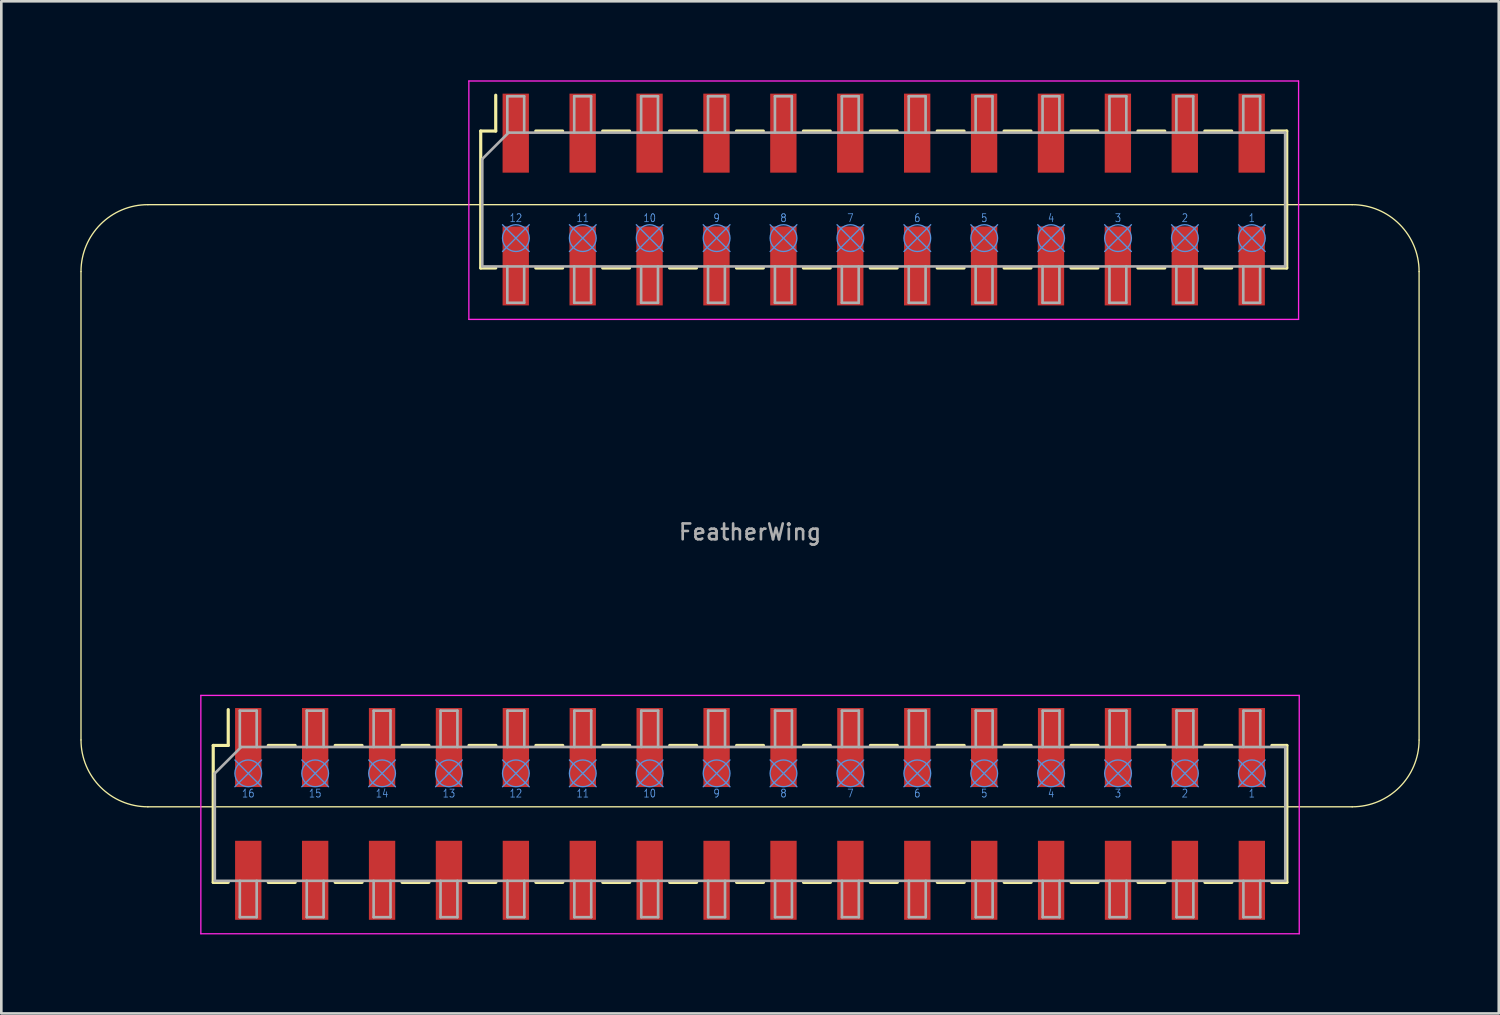
<source format=kicad_pcb>
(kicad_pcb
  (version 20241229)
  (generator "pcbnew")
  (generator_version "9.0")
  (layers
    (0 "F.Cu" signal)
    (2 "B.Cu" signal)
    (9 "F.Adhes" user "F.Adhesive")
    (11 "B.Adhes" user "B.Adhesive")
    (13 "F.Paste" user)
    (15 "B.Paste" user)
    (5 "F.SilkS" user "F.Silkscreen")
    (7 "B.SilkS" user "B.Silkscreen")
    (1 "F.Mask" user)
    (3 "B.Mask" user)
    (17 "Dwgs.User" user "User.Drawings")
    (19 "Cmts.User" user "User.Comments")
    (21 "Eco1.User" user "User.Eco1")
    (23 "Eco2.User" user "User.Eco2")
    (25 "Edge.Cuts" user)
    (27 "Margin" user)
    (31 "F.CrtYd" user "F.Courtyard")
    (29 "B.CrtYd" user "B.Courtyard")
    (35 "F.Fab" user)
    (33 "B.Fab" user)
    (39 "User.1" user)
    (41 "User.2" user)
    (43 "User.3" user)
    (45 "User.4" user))
  (footprint "FeatherWing"
    (layer "F.Cu")
    (at 25.425 16.15)
    (property "Reference" "FeatherWing" (at 0 1 0) (layer "F.Fab") (effects (font (size 0.6 0.6) (thickness 0.1))))
    (attr through_hole)
    (fp_line (start -25.4 -8.89) (end -25.4 8.89) (stroke (width 0.05) (type solid)) (layer "F.SilkS"))
    (fp_line (start -22.86 11.43) (end 22.86 11.43) (stroke (width 0.05) (type solid)) (layer "F.SilkS"))
    (fp_line (start -20.38 9.1) (end -19.81 9.1) (stroke (width 0.12) (type solid)) (layer "F.SilkS"))
    (fp_line (start -20.38 14.3) (end -20.38 9.1) (stroke (width 0.12) (type solid)) (layer "F.SilkS"))
    (fp_line (start -20.38 14.3) (end -19.81 14.3) (stroke (width 0.12) (type solid)) (layer "F.SilkS"))
    (fp_line (start -19.81 9.1) (end -19.81 7.74) (stroke (width 0.12) (type solid)) (layer "F.SilkS"))
    (fp_line (start -18.29 9.1) (end -17.27 9.1) (stroke (width 0.12) (type solid)) (layer "F.SilkS"))
    (fp_line (start -18.29 14.3) (end -17.27 14.3) (stroke (width 0.12) (type solid)) (layer "F.SilkS"))
    (fp_line (start -15.75 9.1) (end -14.73 9.1) (stroke (width 0.12) (type solid)) (layer "F.SilkS"))
    (fp_line (start -15.75 14.3) (end -14.73 14.3) (stroke (width 0.12) (type solid)) (layer "F.SilkS"))
    (fp_line (start -13.21 9.1) (end -12.19 9.1) (stroke (width 0.12) (type solid)) (layer "F.SilkS"))
    (fp_line (start -13.21 14.3) (end -12.19 14.3) (stroke (width 0.12) (type solid)) (layer "F.SilkS"))
    (fp_line (start -10.67 9.1) (end -9.65 9.1) (stroke (width 0.12) (type solid)) (layer "F.SilkS"))
    (fp_line (start -10.67 14.3) (end -9.65 14.3) (stroke (width 0.12) (type solid)) (layer "F.SilkS"))
    (fp_line (start -10.225 -14.225) (end -9.655 -14.225) (stroke (width 0.12) (type solid)) (layer "F.SilkS"))
    (fp_line (start -10.225 -9.025) (end -10.225 -14.225) (stroke (width 0.12) (type solid)) (layer "F.SilkS"))
    (fp_line (start -10.225 -9.025) (end -9.655 -9.025) (stroke (width 0.12) (type solid)) (layer "F.SilkS"))
    (fp_line (start -9.655 -14.225) (end -9.655 -15.585) (stroke (width 0.12) (type solid)) (layer "F.SilkS"))
    (fp_line (start -8.135 -14.225) (end -7.115 -14.225) (stroke (width 0.12) (type solid)) (layer "F.SilkS"))
    (fp_line (start -8.135 -9.025) (end -7.115 -9.025) (stroke (width 0.12) (type solid)) (layer "F.SilkS"))
    (fp_line (start -8.13 9.1) (end -7.11 9.1) (stroke (width 0.12) (type solid)) (layer "F.SilkS"))
    (fp_line (start -8.13 14.3) (end -7.11 14.3) (stroke (width 0.12) (type solid)) (layer "F.SilkS"))
    (fp_line (start -5.595 -14.225) (end -4.575 -14.225) (stroke (width 0.12) (type solid)) (layer "F.SilkS"))
    (fp_line (start -5.595 -9.025) (end -4.575 -9.025) (stroke (width 0.12) (type solid)) (layer "F.SilkS"))
    (fp_line (start -5.59 9.1) (end -4.57 9.1) (stroke (width 0.12) (type solid)) (layer "F.SilkS"))
    (fp_line (start -5.59 14.3) (end -4.57 14.3) (stroke (width 0.12) (type solid)) (layer "F.SilkS"))
    (fp_line (start -3.055 -14.225) (end -2.035 -14.225) (stroke (width 0.12) (type solid)) (layer "F.SilkS"))
    (fp_line (start -3.055 -9.025) (end -2.035 -9.025) (stroke (width 0.12) (type solid)) (layer "F.SilkS"))
    (fp_line (start -3.05 9.1) (end -2.03 9.1) (stroke (width 0.12) (type solid)) (layer "F.SilkS"))
    (fp_line (start -3.05 14.3) (end -2.03 14.3) (stroke (width 0.12) (type solid)) (layer "F.SilkS"))
    (fp_line (start -0.515 -14.225) (end 0.505 -14.225) (stroke (width 0.12) (type solid)) (layer "F.SilkS"))
    (fp_line (start -0.515 -9.025) (end 0.505 -9.025) (stroke (width 0.12) (type solid)) (layer "F.SilkS"))
    (fp_line (start -0.51 9.1) (end 0.51 9.1) (stroke (width 0.12) (type solid)) (layer "F.SilkS"))
    (fp_line (start -0.51 14.3) (end 0.51 14.3) (stroke (width 0.12) (type solid)) (layer "F.SilkS"))
    (fp_line (start 2.025 -14.225) (end 3.045 -14.225) (stroke (width 0.12) (type solid)) (layer "F.SilkS"))
    (fp_line (start 2.025 -9.025) (end 3.045 -9.025) (stroke (width 0.12) (type solid)) (layer "F.SilkS"))
    (fp_line (start 2.03 9.1) (end 3.05 9.1) (stroke (width 0.12) (type solid)) (layer "F.SilkS"))
    (fp_line (start 2.03 14.3) (end 3.05 14.3) (stroke (width 0.12) (type solid)) (layer "F.SilkS"))
    (fp_line (start 4.565 -14.225) (end 5.585 -14.225) (stroke (width 0.12) (type solid)) (layer "F.SilkS"))
    (fp_line (start 4.565 -9.025) (end 5.585 -9.025) (stroke (width 0.12) (type solid)) (layer "F.SilkS"))
    (fp_line (start 4.57 9.1) (end 5.59 9.1) (stroke (width 0.12) (type solid)) (layer "F.SilkS"))
    (fp_line (start 4.57 14.3) (end 5.59 14.3) (stroke (width 0.12) (type solid)) (layer "F.SilkS"))
    (fp_line (start 7.105 -14.225) (end 8.125 -14.225) (stroke (width 0.12) (type solid)) (layer "F.SilkS"))
    (fp_line (start 7.105 -9.025) (end 8.125 -9.025) (stroke (width 0.12) (type solid)) (layer "F.SilkS"))
    (fp_line (start 7.11 9.1) (end 8.13 9.1) (stroke (width 0.12) (type solid)) (layer "F.SilkS"))
    (fp_line (start 7.11 14.3) (end 8.13 14.3) (stroke (width 0.12) (type solid)) (layer "F.SilkS"))
    (fp_line (start 9.645 -14.225) (end 10.665 -14.225) (stroke (width 0.12) (type solid)) (layer "F.SilkS"))
    (fp_line (start 9.645 -9.025) (end 10.665 -9.025) (stroke (width 0.12) (type solid)) (layer "F.SilkS"))
    (fp_line (start 9.65 9.1) (end 10.67 9.1) (stroke (width 0.12) (type solid)) (layer "F.SilkS"))
    (fp_line (start 9.65 14.3) (end 10.67 14.3) (stroke (width 0.12) (type solid)) (layer "F.SilkS"))
    (fp_line (start 12.185 -14.225) (end 13.205 -14.225) (stroke (width 0.12) (type solid)) (layer "F.SilkS"))
    (fp_line (start 12.185 -9.025) (end 13.205 -9.025) (stroke (width 0.12) (type solid)) (layer "F.SilkS"))
    (fp_line (start 12.19 9.1) (end 13.21 9.1) (stroke (width 0.12) (type solid)) (layer "F.SilkS"))
    (fp_line (start 12.19 14.3) (end 13.21 14.3) (stroke (width 0.12) (type solid)) (layer "F.SilkS"))
    (fp_line (start 14.725 -14.225) (end 15.745 -14.225) (stroke (width 0.12) (type solid)) (layer "F.SilkS"))
    (fp_line (start 14.725 -9.025) (end 15.745 -9.025) (stroke (width 0.12) (type solid)) (layer "F.SilkS"))
    (fp_line (start 14.73 9.1) (end 15.75 9.1) (stroke (width 0.12) (type solid)) (layer "F.SilkS"))
    (fp_line (start 14.73 14.3) (end 15.75 14.3) (stroke (width 0.12) (type solid)) (layer "F.SilkS"))
    (fp_line (start 17.265 -14.225) (end 18.285 -14.225) (stroke (width 0.12) (type solid)) (layer "F.SilkS"))
    (fp_line (start 17.265 -9.025) (end 18.285 -9.025) (stroke (width 0.12) (type solid)) (layer "F.SilkS"))
    (fp_line (start 17.27 9.1) (end 18.29 9.1) (stroke (width 0.12) (type solid)) (layer "F.SilkS"))
    (fp_line (start 17.27 14.3) (end 18.29 14.3) (stroke (width 0.12) (type solid)) (layer "F.SilkS"))
    (fp_line (start 19.805 -14.225) (end 20.375 -14.225) (stroke (width 0.12) (type solid)) (layer "F.SilkS"))
    (fp_line (start 19.805 -9.025) (end 20.375 -9.025) (stroke (width 0.12) (type solid)) (layer "F.SilkS"))
    (fp_line (start 19.81 9.1) (end 20.38 9.1) (stroke (width 0.12) (type solid)) (layer "F.SilkS"))
    (fp_line (start 19.81 14.3) (end 20.38 14.3) (stroke (width 0.12) (type solid)) (layer "F.SilkS"))
    (fp_line (start 20.375 -9.025) (end 20.375 -14.225) (stroke (width 0.12) (type solid)) (layer "F.SilkS"))
    (fp_line (start 20.38 14.3) (end 20.38 9.1) (stroke (width 0.12) (type solid)) (layer "F.SilkS"))
    (fp_line (start 22.86 -11.43) (end -22.86 -11.43) (stroke (width 0.05) (type solid)) (layer "F.SilkS"))
    (fp_line (start 25.4 8.89) (end 25.4 -8.89) (stroke (width 0.05) (type solid)) (layer "F.SilkS"))
    (fp_arc (start -25.4 -8.89) (mid -24.656051 -10.686051) (end -22.86 -11.43) (stroke (width 0.05) (type solid)) (layer "F.SilkS"))
    (fp_arc (start -22.86 11.43) (mid -24.656051 10.686051) (end -25.4 8.89) (stroke (width 0.05) (type solid)) (layer "F.SilkS"))
    (fp_arc (start 22.86 -11.43) (mid 24.656051 -10.686051) (end 25.4 -8.89) (stroke (width 0.05) (type solid)) (layer "F.SilkS"))
    (fp_arc (start 25.39998 8.9) (mid 24.652512 10.689583) (end 22.86 11.43) (stroke (width 0.05) (type solid)) (layer "F.SilkS"))
    (fp_line (start -19.558 9.652) (end -18.542 10.668) (stroke (width 0.05) (type solid)) (layer "Cmts.User"))
    (fp_line (start -19.558 10.668) (end -18.542 9.652) (stroke (width 0.05) (type solid)) (layer "Cmts.User"))
    (fp_line (start -17.018 9.652) (end -16.002 10.668) (stroke (width 0.05) (type solid)) (layer "Cmts.User"))
    (fp_line (start -17.018 10.668) (end -16.002 9.652) (stroke (width 0.05) (type solid)) (layer "Cmts.User"))
    (fp_line (start -14.478 9.652) (end -13.462 10.668) (stroke (width 0.05) (type solid)) (layer "Cmts.User"))
    (fp_line (start -14.478 10.668) (end -13.462 9.652) (stroke (width 0.05) (type solid)) (layer "Cmts.User"))
    (fp_line (start -11.938 9.652) (end -10.922 10.668) (stroke (width 0.05) (type solid)) (layer "Cmts.User"))
    (fp_line (start -11.938 10.668) (end -10.922 9.652) (stroke (width 0.05) (type solid)) (layer "Cmts.User"))
    (fp_line (start -9.398 -10.668) (end -8.382 -9.652) (stroke (width 0.05) (type solid)) (layer "Cmts.User"))
    (fp_line (start -9.398 -9.652) (end -8.382 -10.668) (stroke (width 0.05) (type solid)) (layer "Cmts.User"))
    (fp_line (start -9.398 9.652) (end -8.382 10.668) (stroke (width 0.05) (type solid)) (layer "Cmts.User"))
    (fp_line (start -9.398 10.668) (end -8.382 9.652) (stroke (width 0.05) (type solid)) (layer "Cmts.User"))
    (fp_line (start -6.858 -10.668) (end -5.842 -9.652) (stroke (width 0.05) (type solid)) (layer "Cmts.User"))
    (fp_line (start -6.858 -9.652) (end -5.842 -10.668) (stroke (width 0.05) (type solid)) (layer "Cmts.User"))
    (fp_line (start -6.858 9.652) (end -5.842 10.668) (stroke (width 0.05) (type solid)) (layer "Cmts.User"))
    (fp_line (start -6.858 10.668) (end -5.842 9.652) (stroke (width 0.05) (type solid)) (layer "Cmts.User"))
    (fp_line (start -4.318 -10.668) (end -3.302 -9.652) (stroke (width 0.05) (type solid)) (layer "Cmts.User"))
    (fp_line (start -4.318 -9.652) (end -3.302 -10.668) (stroke (width 0.05) (type solid)) (layer "Cmts.User"))
    (fp_line (start -4.318 9.652) (end -3.302 10.668) (stroke (width 0.05) (type solid)) (layer "Cmts.User"))
    (fp_line (start -4.318 10.668) (end -3.302 9.652) (stroke (width 0.05) (type solid)) (layer "Cmts.User"))
    (fp_line (start -1.778 -10.668) (end -0.762 -9.652) (stroke (width 0.05) (type solid)) (layer "Cmts.User"))
    (fp_line (start -1.778 -9.652) (end -0.762 -10.668) (stroke (width 0.05) (type solid)) (layer "Cmts.User"))
    (fp_line (start -1.778 9.652) (end -0.762 10.668) (stroke (width 0.05) (type solid)) (layer "Cmts.User"))
    (fp_line (start -1.778 10.668) (end -0.762 9.652) (stroke (width 0.05) (type solid)) (layer "Cmts.User"))
    (fp_line (start 0.762 -10.668) (end 1.778 -9.652) (stroke (width 0.05) (type solid)) (layer "Cmts.User"))
    (fp_line (start 0.762 -9.652) (end 1.778 -10.668) (stroke (width 0.05) (type solid)) (layer "Cmts.User"))
    (fp_line (start 0.762 9.652) (end 1.778 10.668) (stroke (width 0.05) (type solid)) (layer "Cmts.User"))
    (fp_line (start 0.762 10.668) (end 1.778 9.652) (stroke (width 0.05) (type solid)) (layer "Cmts.User"))
    (fp_line (start 3.302 -10.668) (end 4.318 -9.652) (stroke (width 0.05) (type solid)) (layer "Cmts.User"))
    (fp_line (start 3.302 -9.652) (end 4.318 -10.668) (stroke (width 0.05) (type solid)) (layer "Cmts.User"))
    (fp_line (start 3.302 9.652) (end 4.318 10.668) (stroke (width 0.05) (type solid)) (layer "Cmts.User"))
    (fp_line (start 3.302 10.668) (end 4.318 9.652) (stroke (width 0.05) (type solid)) (layer "Cmts.User"))
    (fp_line (start 5.842 -10.668) (end 6.858 -9.652) (stroke (width 0.05) (type solid)) (layer "Cmts.User"))
    (fp_line (start 5.842 -9.652) (end 6.858 -10.668) (stroke (width 0.05) (type solid)) (layer "Cmts.User"))
    (fp_line (start 5.842 9.652) (end 6.858 10.668) (stroke (width 0.05) (type solid)) (layer "Cmts.User"))
    (fp_line (start 5.842 10.668) (end 6.858 9.652) (stroke (width 0.05) (type solid)) (layer "Cmts.User"))
    (fp_line (start 8.382 -10.668) (end 9.398 -9.652) (stroke (width 0.05) (type solid)) (layer "Cmts.User"))
    (fp_line (start 8.382 -9.652) (end 9.398 -10.668) (stroke (width 0.05) (type solid)) (layer "Cmts.User"))
    (fp_line (start 8.382 9.652) (end 9.398 10.668) (stroke (width 0.05) (type solid)) (layer "Cmts.User"))
    (fp_line (start 8.382 10.668) (end 9.398 9.652) (stroke (width 0.05) (type solid)) (layer "Cmts.User"))
    (fp_line (start 10.922 -10.668) (end 11.938 -9.652) (stroke (width 0.05) (type solid)) (layer "Cmts.User"))
    (fp_line (start 10.922 -9.652) (end 11.938 -10.668) (stroke (width 0.05) (type solid)) (layer "Cmts.User"))
    (fp_line (start 10.922 9.652) (end 11.938 10.668) (stroke (width 0.05) (type solid)) (layer "Cmts.User"))
    (fp_line (start 10.922 10.668) (end 11.938 9.652) (stroke (width 0.05) (type solid)) (layer "Cmts.User"))
    (fp_line (start 13.462 -10.668) (end 14.478 -9.652) (stroke (width 0.05) (type solid)) (layer "Cmts.User"))
    (fp_line (start 13.462 -9.652) (end 14.478 -10.668) (stroke (width 0.05) (type solid)) (layer "Cmts.User"))
    (fp_line (start 13.462 9.652) (end 14.478 10.668) (stroke (width 0.05) (type solid)) (layer "Cmts.User"))
    (fp_line (start 13.462 10.668) (end 14.478 9.652) (stroke (width 0.05) (type solid)) (layer "Cmts.User"))
    (fp_line (start 16.002 -10.668) (end 17.018 -9.652) (stroke (width 0.05) (type solid)) (layer "Cmts.User"))
    (fp_line (start 16.002 -9.652) (end 17.018 -10.668) (stroke (width 0.05) (type solid)) (layer "Cmts.User"))
    (fp_line (start 16.002 9.652) (end 17.018 10.668) (stroke (width 0.05) (type solid)) (layer "Cmts.User"))
    (fp_line (start 16.002 10.668) (end 17.018 9.652) (stroke (width 0.05) (type solid)) (layer "Cmts.User"))
    (fp_line (start 18.542 -10.668) (end 19.558 -9.652) (stroke (width 0.05) (type solid)) (layer "Cmts.User"))
    (fp_line (start 18.542 -9.652) (end 19.558 -10.668) (stroke (width 0.05) (type solid)) (layer "Cmts.User"))
    (fp_line (start 18.542 9.652) (end 19.558 10.668) (stroke (width 0.05) (type solid)) (layer "Cmts.User"))
    (fp_line (start 18.542 10.668) (end 19.558 9.652) (stroke (width 0.05) (type solid)) (layer "Cmts.User"))
    (fp_circle (center -19.05 10.16) (end -18.542 10.16) (stroke (width 0.05) (type solid)) (fill no) (layer "Cmts.User"))
    (fp_circle (center -16.51 10.16) (end -16.002 10.16) (stroke (width 0.05) (type solid)) (fill no) (layer "Cmts.User"))
    (fp_circle (center -13.97 10.16) (end -13.462 10.16) (stroke (width 0.05) (type solid)) (fill no) (layer "Cmts.User"))
    (fp_circle (center -11.43 10.16) (end -10.922 10.16) (stroke (width 0.05) (type solid)) (fill no) (layer "Cmts.User"))
    (fp_circle (center -8.89 -10.16) (end -8.382 -10.16) (stroke (width 0.05) (type solid)) (fill no) (layer "Cmts.User"))
    (fp_circle (center -8.89 10.16) (end -8.382 10.16) (stroke (width 0.05) (type solid)) (fill no) (layer "Cmts.User"))
    (fp_circle (center -6.35 -10.16) (end -5.842 -10.16) (stroke (width 0.05) (type solid)) (fill no) (layer "Cmts.User"))
    (fp_circle (center -6.35 10.16) (end -5.842 10.16) (stroke (width 0.05) (type solid)) (fill no) (layer "Cmts.User"))
    (fp_circle (center -3.81 -10.16) (end -3.302 -10.16) (stroke (width 0.05) (type solid)) (fill no) (layer "Cmts.User"))
    (fp_circle (center -3.81 10.16) (end -3.302 10.16) (stroke (width 0.05) (type solid)) (fill no) (layer "Cmts.User"))
    (fp_circle (center -1.27 -10.16) (end -0.762 -10.16) (stroke (width 0.05) (type solid)) (fill no) (layer "Cmts.User"))
    (fp_circle (center -1.27 10.16) (end -0.762 10.16) (stroke (width 0.05) (type solid)) (fill no) (layer "Cmts.User"))
    (fp_circle (center 1.27 -10.16) (end 1.778 -10.16) (stroke (width 0.05) (type solid)) (fill no) (layer "Cmts.User"))
    (fp_circle (center 1.27 10.16) (end 1.778 10.16) (stroke (width 0.05) (type solid)) (fill no) (layer "Cmts.User"))
    (fp_circle (center 3.81 -10.16) (end 4.318 -10.16) (stroke (width 0.05) (type solid)) (fill no) (layer "Cmts.User"))
    (fp_circle (center 3.81 10.16) (end 4.318 10.16) (stroke (width 0.05) (type solid)) (fill no) (layer "Cmts.User"))
    (fp_circle (center 6.35 -10.16) (end 6.858 -10.16) (stroke (width 0.05) (type solid)) (fill no) (layer "Cmts.User"))
    (fp_circle (center 6.35 10.16) (end 6.858 10.16) (stroke (width 0.05) (type solid)) (fill no) (layer "Cmts.User"))
    (fp_circle (center 8.89 -10.16) (end 9.398 -10.16) (stroke (width 0.05) (type solid)) (fill no) (layer "Cmts.User"))
    (fp_circle (center 8.89 10.16) (end 9.398 10.16) (stroke (width 0.05) (type solid)) (fill no) (layer "Cmts.User"))
    (fp_circle (center 11.43 -10.16) (end 11.938 -10.16) (stroke (width 0.05) (type solid)) (fill no) (layer "Cmts.User"))
    (fp_circle (center 11.43 10.16) (end 11.938 10.16) (stroke (width 0.05) (type solid)) (fill no) (layer "Cmts.User"))
    (fp_circle (center 13.97 -10.16) (end 14.478 -10.16) (stroke (width 0.05) (type solid)) (fill no) (layer "Cmts.User"))
    (fp_circle (center 13.97 10.16) (end 14.478 10.16) (stroke (width 0.05) (type solid)) (fill no) (layer "Cmts.User"))
    (fp_circle (center 16.51 -10.16) (end 17.018 -10.16) (stroke (width 0.05) (type solid)) (fill no) (layer "Cmts.User"))
    (fp_circle (center 16.51 10.16) (end 17.018 10.16) (stroke (width 0.05) (type solid)) (fill no) (layer "Cmts.User"))
    (fp_circle (center 19.05 -10.16) (end 19.558 -10.16) (stroke (width 0.05) (type solid)) (fill no) (layer "Cmts.User"))
    (fp_circle (center 19.05 10.16) (end 19.558 10.16) (stroke (width 0.05) (type solid)) (fill no) (layer "Cmts.User"))
    (fp_line (start -20.85 7.2) (end 20.85 7.2) (stroke (width 0.05) (type solid)) (layer "F.CrtYd"))
    (fp_line (start -20.85 16.25) (end -20.85 7.2) (stroke (width 0.05) (type solid)) (layer "F.CrtYd"))
    (fp_line (start -10.675 -16.125) (end 20.825 -16.125) (stroke (width 0.05) (type solid)) (layer "F.CrtYd"))
    (fp_line (start -10.675 -7.075) (end -10.675 -16.125) (stroke (width 0.05) (type solid)) (layer "F.CrtYd"))
    (fp_line (start 20.825 -16.125) (end 20.825 -7.075) (stroke (width 0.05) (type solid)) (layer "F.CrtYd"))
    (fp_line (start 20.825 -7.075) (end -10.675 -7.075) (stroke (width 0.05) (type solid)) (layer "F.CrtYd"))
    (fp_line (start 20.85 7.2) (end 20.85 16.25) (stroke (width 0.05) (type solid)) (layer "F.CrtYd"))
    (fp_line (start 20.85 16.25) (end -20.85 16.25) (stroke (width 0.05) (type solid)) (layer "F.CrtYd"))
    (fp_line (start -20.32 10.16) (end -19.32 9.16) (stroke (width 0.1) (type solid)) (layer "F.Fab"))
    (fp_line (start -20.32 14.24) (end -20.32 10.16) (stroke (width 0.1) (type solid)) (layer "F.Fab"))
    (fp_line (start -19.37 7.78) (end -18.73 7.78) (stroke (width 0.1) (type solid)) (layer "F.Fab"))
    (fp_line (start -19.37 9.16) (end -19.37 7.78) (stroke (width 0.1) (type solid)) (layer "F.Fab"))
    (fp_line (start -19.37 15.62) (end -19.37 14.24) (stroke (width 0.1) (type solid)) (layer "F.Fab"))
    (fp_line (start -19.32 9.16) (end 20.32 9.16) (stroke (width 0.1) (type solid)) (layer "F.Fab"))
    (fp_line (start -18.73 7.78) (end -18.73 9.16) (stroke (width 0.1) (type solid)) (layer "F.Fab"))
    (fp_line (start -18.73 14.24) (end -18.73 15.62) (stroke (width 0.1) (type solid)) (layer "F.Fab"))
    (fp_line (start -18.73 15.62) (end -19.37 15.62) (stroke (width 0.1) (type solid)) (layer "F.Fab"))
    (fp_line (start -16.83 7.78) (end -16.19 7.78) (stroke (width 0.1) (type solid)) (layer "F.Fab"))
    (fp_line (start -16.83 9.16) (end -16.83 7.78) (stroke (width 0.1) (type solid)) (layer "F.Fab"))
    (fp_line (start -16.83 15.62) (end -16.83 14.24) (stroke (width 0.1) (type solid)) (layer "F.Fab"))
    (fp_line (start -16.19 7.78) (end -16.19 9.16) (stroke (width 0.1) (type solid)) (layer "F.Fab"))
    (fp_line (start -16.19 14.24) (end -16.19 15.62) (stroke (width 0.1) (type solid)) (layer "F.Fab"))
    (fp_line (start -16.19 15.62) (end -16.83 15.62) (stroke (width 0.1) (type solid)) (layer "F.Fab"))
    (fp_line (start -14.29 7.78) (end -13.65 7.78) (stroke (width 0.1) (type solid)) (layer "F.Fab"))
    (fp_line (start -14.29 9.16) (end -14.29 7.78) (stroke (width 0.1) (type solid)) (layer "F.Fab"))
    (fp_line (start -14.29 15.62) (end -14.29 14.24) (stroke (width 0.1) (type solid)) (layer "F.Fab"))
    (fp_line (start -13.65 7.78) (end -13.65 9.16) (stroke (width 0.1) (type solid)) (layer "F.Fab"))
    (fp_line (start -13.65 14.24) (end -13.65 15.62) (stroke (width 0.1) (type solid)) (layer "F.Fab"))
    (fp_line (start -13.65 15.62) (end -14.29 15.62) (stroke (width 0.1) (type solid)) (layer "F.Fab"))
    (fp_line (start -11.75 7.78) (end -11.11 7.78) (stroke (width 0.1) (type solid)) (layer "F.Fab"))
    (fp_line (start -11.75 9.16) (end -11.75 7.78) (stroke (width 0.1) (type solid)) (layer "F.Fab"))
    (fp_line (start -11.75 15.62) (end -11.75 14.24) (stroke (width 0.1) (type solid)) (layer "F.Fab"))
    (fp_line (start -11.11 7.78) (end -11.11 9.16) (stroke (width 0.1) (type solid)) (layer "F.Fab"))
    (fp_line (start -11.11 14.24) (end -11.11 15.62) (stroke (width 0.1) (type solid)) (layer "F.Fab"))
    (fp_line (start -11.11 15.62) (end -11.75 15.62) (stroke (width 0.1) (type solid)) (layer "F.Fab"))
    (fp_line (start -10.165 -13.165) (end -9.165 -14.165) (stroke (width 0.1) (type solid)) (layer "F.Fab"))
    (fp_line (start -10.165 -9.085) (end -10.165 -13.165) (stroke (width 0.1) (type solid)) (layer "F.Fab"))
    (fp_line (start -9.215 -15.545) (end -8.575 -15.545) (stroke (width 0.1) (type solid)) (layer "F.Fab"))
    (fp_line (start -9.215 -14.165) (end -9.215 -15.545) (stroke (width 0.1) (type solid)) (layer "F.Fab"))
    (fp_line (start -9.215 -7.705) (end -9.215 -9.085) (stroke (width 0.1) (type solid)) (layer "F.Fab"))
    (fp_line (start -9.21 7.78) (end -8.57 7.78) (stroke (width 0.1) (type solid)) (layer "F.Fab"))
    (fp_line (start -9.21 9.16) (end -9.21 7.78) (stroke (width 0.1) (type solid)) (layer "F.Fab"))
    (fp_line (start -9.21 15.62) (end -9.21 14.24) (stroke (width 0.1) (type solid)) (layer "F.Fab"))
    (fp_line (start -9.165 -14.165) (end 20.315 -14.165) (stroke (width 0.1) (type solid)) (layer "F.Fab"))
    (fp_line (start -8.575 -15.545) (end -8.575 -14.165) (stroke (width 0.1) (type solid)) (layer "F.Fab"))
    (fp_line (start -8.575 -9.085) (end -8.575 -7.705) (stroke (width 0.1) (type solid)) (layer "F.Fab"))
    (fp_line (start -8.575 -7.705) (end -9.215 -7.705) (stroke (width 0.1) (type solid)) (layer "F.Fab"))
    (fp_line (start -8.57 7.78) (end -8.57 9.16) (stroke (width 0.1) (type solid)) (layer "F.Fab"))
    (fp_line (start -8.57 14.24) (end -8.57 15.62) (stroke (width 0.1) (type solid)) (layer "F.Fab"))
    (fp_line (start -8.57 15.62) (end -9.21 15.62) (stroke (width 0.1) (type solid)) (layer "F.Fab"))
    (fp_line (start -6.675 -15.545) (end -6.035 -15.545) (stroke (width 0.1) (type solid)) (layer "F.Fab"))
    (fp_line (start -6.675 -14.165) (end -6.675 -15.545) (stroke (width 0.1) (type solid)) (layer "F.Fab"))
    (fp_line (start -6.675 -7.705) (end -6.675 -9.085) (stroke (width 0.1) (type solid)) (layer "F.Fab"))
    (fp_line (start -6.67 7.78) (end -6.03 7.78) (stroke (width 0.1) (type solid)) (layer "F.Fab"))
    (fp_line (start -6.67 9.16) (end -6.67 7.78) (stroke (width 0.1) (type solid)) (layer "F.Fab"))
    (fp_line (start -6.67 15.62) (end -6.67 14.24) (stroke (width 0.1) (type solid)) (layer "F.Fab"))
    (fp_line (start -6.035 -15.545) (end -6.035 -14.165) (stroke (width 0.1) (type solid)) (layer "F.Fab"))
    (fp_line (start -6.035 -9.085) (end -6.035 -7.705) (stroke (width 0.1) (type solid)) (layer "F.Fab"))
    (fp_line (start -6.035 -7.705) (end -6.675 -7.705) (stroke (width 0.1) (type solid)) (layer "F.Fab"))
    (fp_line (start -6.03 7.78) (end -6.03 9.16) (stroke (width 0.1) (type solid)) (layer "F.Fab"))
    (fp_line (start -6.03 14.24) (end -6.03 15.62) (stroke (width 0.1) (type solid)) (layer "F.Fab"))
    (fp_line (start -6.03 15.62) (end -6.67 15.62) (stroke (width 0.1) (type solid)) (layer "F.Fab"))
    (fp_line (start -4.135 -15.545) (end -3.495 -15.545) (stroke (width 0.1) (type solid)) (layer "F.Fab"))
    (fp_line (start -4.135 -14.165) (end -4.135 -15.545) (stroke (width 0.1) (type solid)) (layer "F.Fab"))
    (fp_line (start -4.135 -7.705) (end -4.135 -9.085) (stroke (width 0.1) (type solid)) (layer "F.Fab"))
    (fp_line (start -4.13 7.78) (end -3.49 7.78) (stroke (width 0.1) (type solid)) (layer "F.Fab"))
    (fp_line (start -4.13 9.16) (end -4.13 7.78) (stroke (width 0.1) (type solid)) (layer "F.Fab"))
    (fp_line (start -4.13 15.62) (end -4.13 14.24) (stroke (width 0.1) (type solid)) (layer "F.Fab"))
    (fp_line (start -3.495 -15.545) (end -3.495 -14.165) (stroke (width 0.1) (type solid)) (layer "F.Fab"))
    (fp_line (start -3.495 -9.085) (end -3.495 -7.705) (stroke (width 0.1) (type solid)) (layer "F.Fab"))
    (fp_line (start -3.495 -7.705) (end -4.135 -7.705) (stroke (width 0.1) (type solid)) (layer "F.Fab"))
    (fp_line (start -3.49 7.78) (end -3.49 9.16) (stroke (width 0.1) (type solid)) (layer "F.Fab"))
    (fp_line (start -3.49 14.24) (end -3.49 15.62) (stroke (width 0.1) (type solid)) (layer "F.Fab"))
    (fp_line (start -3.49 15.62) (end -4.13 15.62) (stroke (width 0.1) (type solid)) (layer "F.Fab"))
    (fp_line (start -1.595 -15.545) (end -0.955 -15.545) (stroke (width 0.1) (type solid)) (layer "F.Fab"))
    (fp_line (start -1.595 -14.165) (end -1.595 -15.545) (stroke (width 0.1) (type solid)) (layer "F.Fab"))
    (fp_line (start -1.595 -7.705) (end -1.595 -9.085) (stroke (width 0.1) (type solid)) (layer "F.Fab"))
    (fp_line (start -1.59 7.78) (end -0.95 7.78) (stroke (width 0.1) (type solid)) (layer "F.Fab"))
    (fp_line (start -1.59 9.16) (end -1.59 7.78) (stroke (width 0.1) (type solid)) (layer "F.Fab"))
    (fp_line (start -1.59 15.62) (end -1.59 14.24) (stroke (width 0.1) (type solid)) (layer "F.Fab"))
    (fp_line (start -0.955 -15.545) (end -0.955 -14.165) (stroke (width 0.1) (type solid)) (layer "F.Fab"))
    (fp_line (start -0.955 -9.085) (end -0.955 -7.705) (stroke (width 0.1) (type solid)) (layer "F.Fab"))
    (fp_line (start -0.955 -7.705) (end -1.595 -7.705) (stroke (width 0.1) (type solid)) (layer "F.Fab"))
    (fp_line (start -0.95 7.78) (end -0.95 9.16) (stroke (width 0.1) (type solid)) (layer "F.Fab"))
    (fp_line (start -0.95 14.24) (end -0.95 15.62) (stroke (width 0.1) (type solid)) (layer "F.Fab"))
    (fp_line (start -0.95 15.62) (end -1.59 15.62) (stroke (width 0.1) (type solid)) (layer "F.Fab"))
    (fp_line (start 0.945 -15.545) (end 1.585 -15.545) (stroke (width 0.1) (type solid)) (layer "F.Fab"))
    (fp_line (start 0.945 -14.165) (end 0.945 -15.545) (stroke (width 0.1) (type solid)) (layer "F.Fab"))
    (fp_line (start 0.945 -7.705) (end 0.945 -9.085) (stroke (width 0.1) (type solid)) (layer "F.Fab"))
    (fp_line (start 0.95 7.78) (end 1.59 7.78) (stroke (width 0.1) (type solid)) (layer "F.Fab"))
    (fp_line (start 0.95 9.16) (end 0.95 7.78) (stroke (width 0.1) (type solid)) (layer "F.Fab"))
    (fp_line (start 0.95 15.62) (end 0.95 14.24) (stroke (width 0.1) (type solid)) (layer "F.Fab"))
    (fp_line (start 1.585 -15.545) (end 1.585 -14.165) (stroke (width 0.1) (type solid)) (layer "F.Fab"))
    (fp_line (start 1.585 -9.085) (end 1.585 -7.705) (stroke (width 0.1) (type solid)) (layer "F.Fab"))
    (fp_line (start 1.585 -7.705) (end 0.945 -7.705) (stroke (width 0.1) (type solid)) (layer "F.Fab"))
    (fp_line (start 1.59 7.78) (end 1.59 9.16) (stroke (width 0.1) (type solid)) (layer "F.Fab"))
    (fp_line (start 1.59 14.24) (end 1.59 15.62) (stroke (width 0.1) (type solid)) (layer "F.Fab"))
    (fp_line (start 1.59 15.62) (end 0.95 15.62) (stroke (width 0.1) (type solid)) (layer "F.Fab"))
    (fp_line (start 3.485 -15.545) (end 4.125 -15.545) (stroke (width 0.1) (type solid)) (layer "F.Fab"))
    (fp_line (start 3.485 -14.165) (end 3.485 -15.545) (stroke (width 0.1) (type solid)) (layer "F.Fab"))
    (fp_line (start 3.485 -7.705) (end 3.485 -9.085) (stroke (width 0.1) (type solid)) (layer "F.Fab"))
    (fp_line (start 3.49 7.78) (end 4.13 7.78) (stroke (width 0.1) (type solid)) (layer "F.Fab"))
    (fp_line (start 3.49 9.16) (end 3.49 7.78) (stroke (width 0.1) (type solid)) (layer "F.Fab"))
    (fp_line (start 3.49 15.62) (end 3.49 14.24) (stroke (width 0.1) (type solid)) (layer "F.Fab"))
    (fp_line (start 4.125 -15.545) (end 4.125 -14.165) (stroke (width 0.1) (type solid)) (layer "F.Fab"))
    (fp_line (start 4.125 -9.085) (end 4.125 -7.705) (stroke (width 0.1) (type solid)) (layer "F.Fab"))
    (fp_line (start 4.125 -7.705) (end 3.485 -7.705) (stroke (width 0.1) (type solid)) (layer "F.Fab"))
    (fp_line (start 4.13 7.78) (end 4.13 9.16) (stroke (width 0.1) (type solid)) (layer "F.Fab"))
    (fp_line (start 4.13 14.24) (end 4.13 15.62) (stroke (width 0.1) (type solid)) (layer "F.Fab"))
    (fp_line (start 4.13 15.62) (end 3.49 15.62) (stroke (width 0.1) (type solid)) (layer "F.Fab"))
    (fp_line (start 6.025 -15.545) (end 6.665 -15.545) (stroke (width 0.1) (type solid)) (layer "F.Fab"))
    (fp_line (start 6.025 -14.165) (end 6.025 -15.545) (stroke (width 0.1) (type solid)) (layer "F.Fab"))
    (fp_line (start 6.025 -7.705) (end 6.025 -9.085) (stroke (width 0.1) (type solid)) (layer "F.Fab"))
    (fp_line (start 6.03 7.78) (end 6.67 7.78) (stroke (width 0.1) (type solid)) (layer "F.Fab"))
    (fp_line (start 6.03 9.16) (end 6.03 7.78) (stroke (width 0.1) (type solid)) (layer "F.Fab"))
    (fp_line (start 6.03 15.62) (end 6.03 14.24) (stroke (width 0.1) (type solid)) (layer "F.Fab"))
    (fp_line (start 6.665 -15.545) (end 6.665 -14.165) (stroke (width 0.1) (type solid)) (layer "F.Fab"))
    (fp_line (start 6.665 -9.085) (end 6.665 -7.705) (stroke (width 0.1) (type solid)) (layer "F.Fab"))
    (fp_line (start 6.665 -7.705) (end 6.025 -7.705) (stroke (width 0.1) (type solid)) (layer "F.Fab"))
    (fp_line (start 6.67 7.78) (end 6.67 9.16) (stroke (width 0.1) (type solid)) (layer "F.Fab"))
    (fp_line (start 6.67 14.24) (end 6.67 15.62) (stroke (width 0.1) (type solid)) (layer "F.Fab"))
    (fp_line (start 6.67 15.62) (end 6.03 15.62) (stroke (width 0.1) (type solid)) (layer "F.Fab"))
    (fp_line (start 8.565 -15.545) (end 9.205 -15.545) (stroke (width 0.1) (type solid)) (layer "F.Fab"))
    (fp_line (start 8.565 -14.165) (end 8.565 -15.545) (stroke (width 0.1) (type solid)) (layer "F.Fab"))
    (fp_line (start 8.565 -7.705) (end 8.565 -9.085) (stroke (width 0.1) (type solid)) (layer "F.Fab"))
    (fp_line (start 8.57 7.78) (end 9.21 7.78) (stroke (width 0.1) (type solid)) (layer "F.Fab"))
    (fp_line (start 8.57 9.16) (end 8.57 7.78) (stroke (width 0.1) (type solid)) (layer "F.Fab"))
    (fp_line (start 8.57 15.62) (end 8.57 14.24) (stroke (width 0.1) (type solid)) (layer "F.Fab"))
    (fp_line (start 9.205 -15.545) (end 9.205 -14.165) (stroke (width 0.1) (type solid)) (layer "F.Fab"))
    (fp_line (start 9.205 -9.085) (end 9.205 -7.705) (stroke (width 0.1) (type solid)) (layer "F.Fab"))
    (fp_line (start 9.205 -7.705) (end 8.565 -7.705) (stroke (width 0.1) (type solid)) (layer "F.Fab"))
    (fp_line (start 9.21 7.78) (end 9.21 9.16) (stroke (width 0.1) (type solid)) (layer "F.Fab"))
    (fp_line (start 9.21 14.24) (end 9.21 15.62) (stroke (width 0.1) (type solid)) (layer "F.Fab"))
    (fp_line (start 9.21 15.62) (end 8.57 15.62) (stroke (width 0.1) (type solid)) (layer "F.Fab"))
    (fp_line (start 11.105 -15.545) (end 11.745 -15.545) (stroke (width 0.1) (type solid)) (layer "F.Fab"))
    (fp_line (start 11.105 -14.165) (end 11.105 -15.545) (stroke (width 0.1) (type solid)) (layer "F.Fab"))
    (fp_line (start 11.105 -7.705) (end 11.105 -9.085) (stroke (width 0.1) (type solid)) (layer "F.Fab"))
    (fp_line (start 11.11 7.78) (end 11.75 7.78) (stroke (width 0.1) (type solid)) (layer "F.Fab"))
    (fp_line (start 11.11 9.16) (end 11.11 7.78) (stroke (width 0.1) (type solid)) (layer "F.Fab"))
    (fp_line (start 11.11 15.62) (end 11.11 14.24) (stroke (width 0.1) (type solid)) (layer "F.Fab"))
    (fp_line (start 11.745 -15.545) (end 11.745 -14.165) (stroke (width 0.1) (type solid)) (layer "F.Fab"))
    (fp_line (start 11.745 -9.085) (end 11.745 -7.705) (stroke (width 0.1) (type solid)) (layer "F.Fab"))
    (fp_line (start 11.745 -7.705) (end 11.105 -7.705) (stroke (width 0.1) (type solid)) (layer "F.Fab"))
    (fp_line (start 11.75 7.78) (end 11.75 9.16) (stroke (width 0.1) (type solid)) (layer "F.Fab"))
    (fp_line (start 11.75 14.24) (end 11.75 15.62) (stroke (width 0.1) (type solid)) (layer "F.Fab"))
    (fp_line (start 11.75 15.62) (end 11.11 15.62) (stroke (width 0.1) (type solid)) (layer "F.Fab"))
    (fp_line (start 13.645 -15.545) (end 14.285 -15.545) (stroke (width 0.1) (type solid)) (layer "F.Fab"))
    (fp_line (start 13.645 -14.165) (end 13.645 -15.545) (stroke (width 0.1) (type solid)) (layer "F.Fab"))
    (fp_line (start 13.645 -7.705) (end 13.645 -9.085) (stroke (width 0.1) (type solid)) (layer "F.Fab"))
    (fp_line (start 13.65 7.78) (end 14.29 7.78) (stroke (width 0.1) (type solid)) (layer "F.Fab"))
    (fp_line (start 13.65 9.16) (end 13.65 7.78) (stroke (width 0.1) (type solid)) (layer "F.Fab"))
    (fp_line (start 13.65 15.62) (end 13.65 14.24) (stroke (width 0.1) (type solid)) (layer "F.Fab"))
    (fp_line (start 14.285 -15.545) (end 14.285 -14.165) (stroke (width 0.1) (type solid)) (layer "F.Fab"))
    (fp_line (start 14.285 -9.085) (end 14.285 -7.705) (stroke (width 0.1) (type solid)) (layer "F.Fab"))
    (fp_line (start 14.285 -7.705) (end 13.645 -7.705) (stroke (width 0.1) (type solid)) (layer "F.Fab"))
    (fp_line (start 14.29 7.78) (end 14.29 9.16) (stroke (width 0.1) (type solid)) (layer "F.Fab"))
    (fp_line (start 14.29 14.24) (end 14.29 15.62) (stroke (width 0.1) (type solid)) (layer "F.Fab"))
    (fp_line (start 14.29 15.62) (end 13.65 15.62) (stroke (width 0.1) (type solid)) (layer "F.Fab"))
    (fp_line (start 16.185 -15.545) (end 16.825 -15.545) (stroke (width 0.1) (type solid)) (layer "F.Fab"))
    (fp_line (start 16.185 -14.165) (end 16.185 -15.545) (stroke (width 0.1) (type solid)) (layer "F.Fab"))
    (fp_line (start 16.185 -7.705) (end 16.185 -9.085) (stroke (width 0.1) (type solid)) (layer "F.Fab"))
    (fp_line (start 16.19 7.78) (end 16.83 7.78) (stroke (width 0.1) (type solid)) (layer "F.Fab"))
    (fp_line (start 16.19 9.16) (end 16.19 7.78) (stroke (width 0.1) (type solid)) (layer "F.Fab"))
    (fp_line (start 16.19 15.62) (end 16.19 14.24) (stroke (width 0.1) (type solid)) (layer "F.Fab"))
    (fp_line (start 16.825 -15.545) (end 16.825 -14.165) (stroke (width 0.1) (type solid)) (layer "F.Fab"))
    (fp_line (start 16.825 -9.085) (end 16.825 -7.705) (stroke (width 0.1) (type solid)) (layer "F.Fab"))
    (fp_line (start 16.825 -7.705) (end 16.185 -7.705) (stroke (width 0.1) (type solid)) (layer "F.Fab"))
    (fp_line (start 16.83 7.78) (end 16.83 9.16) (stroke (width 0.1) (type solid)) (layer "F.Fab"))
    (fp_line (start 16.83 14.24) (end 16.83 15.62) (stroke (width 0.1) (type solid)) (layer "F.Fab"))
    (fp_line (start 16.83 15.62) (end 16.19 15.62) (stroke (width 0.1) (type solid)) (layer "F.Fab"))
    (fp_line (start 18.725 -15.545) (end 19.365 -15.545) (stroke (width 0.1) (type solid)) (layer "F.Fab"))
    (fp_line (start 18.725 -14.165) (end 18.725 -15.545) (stroke (width 0.1) (type solid)) (layer "F.Fab"))
    (fp_line (start 18.725 -7.705) (end 18.725 -9.085) (stroke (width 0.1) (type solid)) (layer "F.Fab"))
    (fp_line (start 18.73 7.78) (end 19.37 7.78) (stroke (width 0.1) (type solid)) (layer "F.Fab"))
    (fp_line (start 18.73 9.16) (end 18.73 7.78) (stroke (width 0.1) (type solid)) (layer "F.Fab"))
    (fp_line (start 18.73 15.62) (end 18.73 14.24) (stroke (width 0.1) (type solid)) (layer "F.Fab"))
    (fp_line (start 19.365 -15.545) (end 19.365 -14.165) (stroke (width 0.1) (type solid)) (layer "F.Fab"))
    (fp_line (start 19.365 -9.085) (end 19.365 -7.705) (stroke (width 0.1) (type solid)) (layer "F.Fab"))
    (fp_line (start 19.365 -7.705) (end 18.725 -7.705) (stroke (width 0.1) (type solid)) (layer "F.Fab"))
    (fp_line (start 19.37 7.78) (end 19.37 9.16) (stroke (width 0.1) (type solid)) (layer "F.Fab"))
    (fp_line (start 19.37 14.24) (end 19.37 15.62) (stroke (width 0.1) (type solid)) (layer "F.Fab"))
    (fp_line (start 19.37 15.62) (end 18.73 15.62) (stroke (width 0.1) (type solid)) (layer "F.Fab"))
    (fp_line (start 20.315 -14.165) (end 20.315 -9.085) (stroke (width 0.1) (type solid)) (layer "F.Fab"))
    (fp_line (start 20.315 -9.085) (end -10.165 -9.085) (stroke (width 0.1) (type solid)) (layer "F.Fab"))
    (fp_line (start 20.32 9.16) (end 20.32 14.24) (stroke (width 0.1) (type solid)) (layer "F.Fab"))
    (fp_line (start 20.32 14.24) (end -20.32 14.24) (stroke (width 0.1) (type solid)) (layer "F.Fab"))
    (fp_text user "8" (at 1.27 10.922 0) (layer "Cmts.User") (effects (font (size 0.3 0.25) (thickness 0.03))))
    (fp_text user "14" (at -13.97 10.922 0) (layer "Cmts.User") (effects (font (size 0.3 0.25) (thickness 0.03))))
    (fp_text user "3" (at 13.97 -10.922 0) (layer "Cmts.User") (effects (font (size 0.3 0.25) (thickness 0.03))))
    (fp_text user "2" (at 16.51 10.922 0) (layer "Cmts.User") (effects (font (size 0.3 0.25) (thickness 0.03))))
    (fp_text user "12" (at -8.89 10.922 0) (layer "Cmts.User") (effects (font (size 0.3 0.25) (thickness 0.03))))
    (fp_text user "4" (at 11.43 -10.922 0) (layer "Cmts.User") (effects (font (size 0.3 0.25) (thickness 0.03))))
    (fp_text user "13" (at -11.43 10.922 0) (layer "Cmts.User") (effects (font (size 0.3 0.25) (thickness 0.03))))
    (fp_text user "8" (at 1.27 -10.922 0) (layer "Cmts.User") (effects (font (size 0.3 0.25) (thickness 0.03))))
    (fp_text user "1" (at 19.05 -10.922 0) (layer "Cmts.User") (effects (font (size 0.3 0.25) (thickness 0.03))))
    (fp_text user "9" (at -1.27 -10.922 0) (layer "Cmts.User") (effects (font (size 0.3 0.25) (thickness 0.03))))
    (fp_text user "2" (at 16.51 -10.922 0) (layer "Cmts.User") (effects (font (size 0.3 0.25) (thickness 0.03))))
    (fp_text user "4" (at 11.43 10.922 0) (layer "Cmts.User") (effects (font (size 0.3 0.25) (thickness 0.03))))
    (fp_text user "1" (at 19.05 10.922 0) (layer "Cmts.User") (effects (font (size 0.3 0.25) (thickness 0.03))))
    (fp_text user "6" (at 6.35 10.922 0) (layer "Cmts.User") (effects (font (size 0.3 0.25) (thickness 0.03))))
    (fp_text user "10" (at -3.81 -10.922 0) (layer "Cmts.User") (effects (font (size 0.3 0.25) (thickness 0.03))))
    (fp_text user "3" (at 13.97 10.922 0) (layer "Cmts.User") (effects (font (size 0.3 0.25) (thickness 0.03))))
    (fp_text user "10" (at -3.81 10.922 0) (layer "Cmts.User") (effects (font (size 0.3 0.25) (thickness 0.03))))
    (fp_text user "6" (at 6.35 -10.922 0) (layer "Cmts.User") (effects (font (size 0.3 0.25) (thickness 0.03))))
    (fp_text user "11" (at -6.35 -10.922 0) (layer "Cmts.User") (effects (font (size 0.3 0.25) (thickness 0.03))))
    (fp_text user "16" (at -19.05 10.922 0) (layer "Cmts.User") (effects (font (size 0.3 0.25) (thickness 0.03))))
    (fp_text user "11" (at -6.35 10.922 0) (layer "Cmts.User") (effects (font (size 0.3 0.25) (thickness 0.03))))
    (fp_text user "7" (at 3.81 -10.922 0) (layer "Cmts.User") (effects (font (size 0.3 0.25) (thickness 0.03))))
    (fp_text user "9" (at -1.27 10.922 0) (layer "Cmts.User") (effects (font (size 0.3 0.25) (thickness 0.03))))
    (fp_text user "5" (at 8.89 -10.922 0) (layer "Cmts.User") (effects (font (size 0.3 0.25) (thickness 0.03))))
    (fp_text user "12" (at -8.89 -10.922 0) (layer "Cmts.User") (effects (font (size 0.3 0.25) (thickness 0.03))))
    (fp_text user "15" (at -16.51 10.922 0) (layer "Cmts.User") (effects (font (size 0.3 0.25) (thickness 0.03))))
    (fp_text user "7" (at 3.81 10.922 0) (layer "Cmts.User") (effects (font (size 0.3 0.25) (thickness 0.03))))
    (fp_text user "5" (at 8.89 10.922 0) (layer "Cmts.User") (effects (font (size 0.3 0.25) (thickness 0.03))))
    (fp_text user "${REFERENCE}" (at 17.78 8.89 180) (layer "Eco1.User") (effects (font (size 0.3 0.3) (thickness 0.03))))
    (pad "1" smd rect (at -19.05 9.18 90) (size 3 1) (layers "F.Cu" "F.Mask" "F.Paste"))
    (pad "1" smd rect (at -19.05 14.22 90) (size 3 1) (layers "F.Cu" "F.Mask" "F.Paste"))
    (pad "2" smd rect (at -16.51 9.18 90) (size 3 1) (layers "F.Cu" "F.Mask" "F.Paste"))
    (pad "2" smd rect (at -16.51 14.22 90) (size 3 1) (layers "F.Cu" "F.Mask" "F.Paste"))
    (pad "3" smd rect (at -13.97 9.18 90) (size 3 1) (layers "F.Cu" "F.Mask" "F.Paste"))
    (pad "3" smd rect (at -13.97 14.22 90) (size 3 1) (layers "F.Cu" "F.Mask" "F.Paste"))
    (pad "4" smd rect (at -11.43 9.18 90) (size 3 1) (layers "F.Cu" "F.Mask" "F.Paste"))
    (pad "4" smd rect (at -11.43 14.22 90) (size 3 1) (layers "F.Cu" "F.Mask" "F.Paste"))
    (pad "5" smd rect (at -8.89 9.18 90) (size 3 1) (layers "F.Cu" "F.Mask" "F.Paste"))
    (pad "5" smd rect (at -8.89 14.22 90) (size 3 1) (layers "F.Cu" "F.Mask" "F.Paste"))
    (pad "6" smd rect (at -6.35 9.18 90) (size 3 1) (layers "F.Cu" "F.Mask" "F.Paste"))
    (pad "6" smd rect (at -6.35 14.22 90) (size 3 1) (layers "F.Cu" "F.Mask" "F.Paste"))
    (pad "7" smd rect (at -3.81 9.18 90) (size 3 1) (layers "F.Cu" "F.Mask" "F.Paste"))
    (pad "7" smd rect (at -3.81 14.22 90) (size 3 1) (layers "F.Cu" "F.Mask" "F.Paste"))
    (pad "8" smd rect (at -1.27 9.18 90) (size 3 1) (layers "F.Cu" "F.Mask" "F.Paste"))
    (pad "8" smd rect (at -1.27 14.22 90) (size 3 1) (layers "F.Cu" "F.Mask" "F.Paste"))
    (pad "9" smd rect (at 1.27 9.18 90) (size 3 1) (layers "F.Cu" "F.Mask" "F.Paste"))
    (pad "9" smd rect (at 1.27 14.22 90) (size 3 1) (layers "F.Cu" "F.Mask" "F.Paste"))
    (pad "10" smd rect (at 3.81 9.18 90) (size 3 1) (layers "F.Cu" "F.Mask" "F.Paste"))
    (pad "10" smd rect (at 3.81 14.22 90) (size 3 1) (layers "F.Cu" "F.Mask" "F.Paste"))
    (pad "11" smd rect (at 6.35 9.18 90) (size 3 1) (layers "F.Cu" "F.Mask" "F.Paste"))
    (pad "11" smd rect (at 6.35 14.22 90) (size 3 1) (layers "F.Cu" "F.Mask" "F.Paste"))
    (pad "12" smd rect (at 8.89 9.18 90) (size 3 1) (layers "F.Cu" "F.Mask" "F.Paste"))
    (pad "12" smd rect (at 8.89 14.22 90) (size 3 1) (layers "F.Cu" "F.Mask" "F.Paste"))
    (pad "13" smd rect (at 11.43 9.18 90) (size 3 1) (layers "F.Cu" "F.Mask" "F.Paste"))
    (pad "13" smd rect (at 11.43 14.22 90) (size 3 1) (layers "F.Cu" "F.Mask" "F.Paste"))
    (pad "14" smd rect (at 13.97 9.18 90) (size 3 1) (layers "F.Cu" "F.Mask" "F.Paste"))
    (pad "14" smd rect (at 13.97 14.22 90) (size 3 1) (layers "F.Cu" "F.Mask" "F.Paste"))
    (pad "15" smd rect (at 16.51 9.18 90) (size 3 1) (layers "F.Cu" "F.Mask" "F.Paste"))
    (pad "15" smd rect (at 16.51 14.22 90) (size 3 1) (layers "F.Cu" "F.Mask" "F.Paste"))
    (pad "16" smd rect (at 19.05 9.18 90) (size 3 1) (layers "F.Cu" "F.Mask" "F.Paste"))
    (pad "16" smd rect (at 19.05 14.22 90) (size 3 1) (layers "F.Cu" "F.Mask" "F.Paste"))
    (pad "17" smd rect (at 19.045 -14.145 90) (size 3 1) (layers "F.Cu" "F.Mask" "F.Paste"))
    (pad "17" smd rect (at 19.045 -9.105 90) (size 3 1) (layers "F.Cu" "F.Mask" "F.Paste"))
    (pad "18" smd rect (at 16.505 -14.145 90) (size 3 1) (layers "F.Cu" "F.Mask" "F.Paste"))
    (pad "18" smd rect (at 16.505 -9.105 90) (size 3 1) (layers "F.Cu" "F.Mask" "F.Paste"))
    (pad "19" smd rect (at 13.965 -14.145 90) (size 3 1) (layers "F.Cu" "F.Mask" "F.Paste"))
    (pad "19" smd rect (at 13.965 -9.105 90) (size 3 1) (layers "F.Cu" "F.Mask" "F.Paste"))
    (pad "20" smd rect (at 11.425 -14.145 90) (size 3 1) (layers "F.Cu" "F.Mask" "F.Paste"))
    (pad "20" smd rect (at 11.425 -9.105 90) (size 3 1) (layers "F.Cu" "F.Mask" "F.Paste"))
    (pad "21" smd rect (at 8.885 -14.145 90) (size 3 1) (layers "F.Cu" "F.Mask" "F.Paste"))
    (pad "21" smd rect (at 8.885 -9.105 90) (size 3 1) (layers "F.Cu" "F.Mask" "F.Paste"))
    (pad "22" smd rect (at 6.345 -14.145 90) (size 3 1) (layers "F.Cu" "F.Mask" "F.Paste"))
    (pad "22" smd rect (at 6.345 -9.105 90) (size 3 1) (layers "F.Cu" "F.Mask" "F.Paste"))
    (pad "23" smd rect (at 3.805 -14.145 90) (size 3 1) (layers "F.Cu" "F.Mask" "F.Paste"))
    (pad "23" smd rect (at 3.805 -9.105 90) (size 3 1) (layers "F.Cu" "F.Mask" "F.Paste"))
    (pad "24" smd rect (at 1.265 -14.145 90) (size 3 1) (layers "F.Cu" "F.Mask" "F.Paste"))
    (pad "24" smd rect (at 1.265 -9.105 90) (size 3 1) (layers "F.Cu" "F.Mask" "F.Paste"))
    (pad "25" smd rect (at -1.275 -14.145 90) (size 3 1) (layers "F.Cu" "F.Mask" "F.Paste"))
    (pad "25" smd rect (at -1.275 -9.105 90) (size 3 1) (layers "F.Cu" "F.Mask" "F.Paste"))
    (pad "26" smd rect (at -3.815 -14.145 90) (size 3 1) (layers "F.Cu" "F.Mask" "F.Paste"))
    (pad "26" smd rect (at -3.815 -9.105 90) (size 3 1) (layers "F.Cu" "F.Mask" "F.Paste"))
    (pad "27" smd rect (at -6.355 -14.145 90) (size 3 1) (layers "F.Cu" "F.Mask" "F.Paste"))
    (pad "27" smd rect (at -6.355 -9.105 90) (size 3 1) (layers "F.Cu" "F.Mask" "F.Paste"))
    (pad "28" smd rect (at -8.895 -14.145 90) (size 3 1) (layers "F.Cu" "F.Mask" "F.Paste"))
    (pad "28" smd rect (at -8.895 -9.105 90) (size 3 1) (layers "F.Cu" "F.Mask" "F.Paste")))
  (gr_rect
    (start -3 -3)
    (end 53.85 35.425)
    (stroke (width 0.1) (type default))
    (fill no)
    (layer "Edge.Cuts")))
</source>
